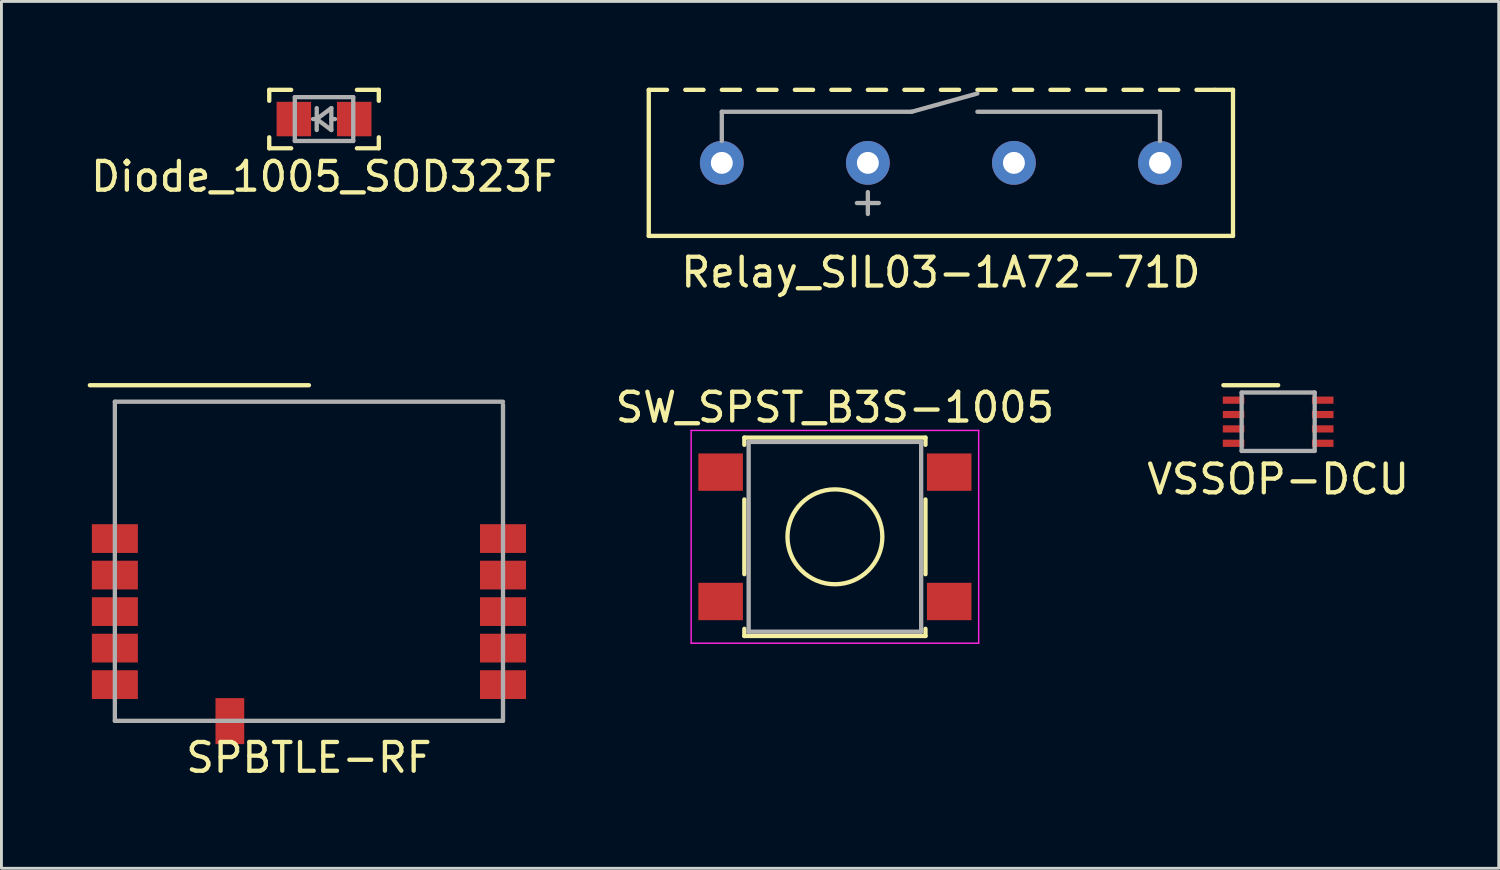
<source format=kicad_pcb>
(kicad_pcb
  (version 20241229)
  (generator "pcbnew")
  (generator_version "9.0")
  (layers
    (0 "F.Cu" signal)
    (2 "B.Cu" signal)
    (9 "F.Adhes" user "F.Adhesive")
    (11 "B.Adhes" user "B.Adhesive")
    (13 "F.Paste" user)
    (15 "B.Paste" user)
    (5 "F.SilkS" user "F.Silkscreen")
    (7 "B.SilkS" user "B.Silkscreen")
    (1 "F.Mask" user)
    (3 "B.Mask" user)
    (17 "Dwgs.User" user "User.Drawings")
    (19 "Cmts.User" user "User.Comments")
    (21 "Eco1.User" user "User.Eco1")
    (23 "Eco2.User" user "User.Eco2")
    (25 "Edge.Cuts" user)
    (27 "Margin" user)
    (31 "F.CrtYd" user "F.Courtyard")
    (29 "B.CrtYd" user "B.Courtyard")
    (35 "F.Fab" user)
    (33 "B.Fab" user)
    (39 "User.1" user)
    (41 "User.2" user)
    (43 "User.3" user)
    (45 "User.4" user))
  (footprint "SW_SPST_B3S-1005"
    (layer "F.Cu")
    (at 25.989 15.621)
    (property "Reference" "SW_SPST_B3S-1005" (at 0 -4.5 0) (layer "F.SilkS") (effects (font (size 1 1) (thickness 0.15))))
    (attr smd)
    (fp_line (start -3.15 -3.45) (end 3.15 -3.45) (stroke (width 0.15) (type solid)) (layer "F.SilkS"))
    (fp_line (start -3.15 -3.2) (end -3.15 -3.45) (stroke (width 0.15) (type solid)) (layer "F.SilkS"))
    (fp_line (start -3.15 1.3) (end -3.15 -1.3) (stroke (width 0.15) (type solid)) (layer "F.SilkS"))
    (fp_line (start -3.15 3.45) (end -3.15 3.2) (stroke (width 0.15) (type solid)) (layer "F.SilkS"))
    (fp_line (start 3.15 -3.45) (end 3.15 -3.2) (stroke (width 0.15) (type solid)) (layer "F.SilkS"))
    (fp_line (start 3.15 -1.3) (end 3.15 1.3) (stroke (width 0.15) (type solid)) (layer "F.SilkS"))
    (fp_line (start 3.15 3.2) (end 3.15 3.45) (stroke (width 0.15) (type solid)) (layer "F.SilkS"))
    (fp_line (start 3.15 3.45) (end -3.15 3.45) (stroke (width 0.15) (type solid)) (layer "F.SilkS"))
    (fp_circle (center 0 0) (end 1.65 0) (stroke (width 0.15) (type solid)) (fill no) (layer "F.SilkS"))
    (fp_line (start -5 -3.7) (end -5 3.7) (stroke (width 0.05) (type solid)) (layer "F.CrtYd"))
    (fp_line (start -5 3.7) (end 5 3.7) (stroke (width 0.05) (type solid)) (layer "F.CrtYd"))
    (fp_line (start 5 -3.7) (end -5 -3.7) (stroke (width 0.05) (type solid)) (layer "F.CrtYd"))
    (fp_line (start 5 3.7) (end 5 -3.7) (stroke (width 0.05) (type solid)) (layer "F.CrtYd"))
    (fp_line (start -3 -3.3) (end 3 -3.3) (stroke (width 0.15) (type solid)) (layer "F.Fab"))
    (fp_line (start -3 3.3) (end -3 -3.3) (stroke (width 0.15) (type solid)) (layer "F.Fab"))
    (fp_line (start 3 -3.3) (end 3 3.3) (stroke (width 0.15) (type solid)) (layer "F.Fab"))
    (fp_line (start 3 3.3) (end -3 3.3) (stroke (width 0.15) (type solid)) (layer "F.Fab"))
    (pad "1" smd rect (at -3.975 -2.25) (size 1.55 1.3) (layers "F.Cu" "F.Mask" "F.Paste"))
    (pad "1" smd rect (at 3.975 -2.25) (size 1.55 1.3) (layers "F.Cu" "F.Mask" "F.Paste"))
    (pad "2" smd rect (at -3.975 2.25) (size 1.55 1.3) (layers "F.Cu" "F.Mask" "F.Paste"))
    (pad "2" smd rect (at 3.975 2.25) (size 1.55 1.3) (layers "F.Cu" "F.Mask" "F.Paste")))
  (footprint "VSSOP-DCU"
    (layer "F.Cu")
    (at 41.406 11.618)
    (property "Reference" "VSSOP-DCU" (at 0 2 0) (layer "F.SilkS") (effects (font (size 1 1) (thickness 0.15))))
    (attr through_hole)
    (fp_line (start -1.905 -1.27) (end 0 -1.27) (stroke (width 0.15) (type solid)) (layer "F.SilkS"))
    (fp_line (start -1.27 -1.016) (end -1.27 1.016) (stroke (width 0.15) (type solid)) (layer "F.Fab"))
    (fp_line (start -1.27 1.016) (end 1.27 1.016) (stroke (width 0.15) (type solid)) (layer "F.Fab"))
    (fp_line (start 1.27 -1.016) (end -1.27 -1.016) (stroke (width 0.15) (type solid)) (layer "F.Fab"))
    (fp_line (start 1.27 -1.016) (end 1.27 1.016) (stroke (width 0.15) (type solid)) (layer "F.Fab"))
    (pad "1" smd rect (at -1.55 -0.75 90) (size 0.25 0.75) (layers "F.Cu" "F.Mask" "F.Paste"))
    (pad "2" smd rect (at -1.55 -0.25 90) (size 0.25 0.75) (layers "F.Cu" "F.Mask" "F.Paste"))
    (pad "3" smd rect (at -1.55 0.25 90) (size 0.25 0.75) (layers "F.Cu" "F.Mask" "F.Paste"))
    (pad "4" smd rect (at -1.55 0.75 90) (size 0.25 0.75) (layers "F.Cu" "F.Mask" "F.Paste"))
    (pad "5" smd rect (at 1.55 0.75 90) (size 0.25 0.75) (layers "F.Cu" "F.Mask" "F.Paste"))
    (pad "6" smd rect (at 1.55 0.25 90) (size 0.25 0.75) (layers "F.Cu" "F.Mask" "F.Paste"))
    (pad "7" smd rect (at 1.55 -0.25 90) (size 0.25 0.75) (layers "F.Cu" "F.Mask" "F.Paste"))
    (pad "8" smd rect (at 1.55 -0.75 90) (size 0.25 0.75) (layers "F.Cu" "F.Mask" "F.Paste")))
  (footprint "Diode_1005_SOD323F"
    (layer "F.Cu")
    (at 8.22 1.091)
    (property "Reference" "Diode_1005_SOD323F" (at 0 2 0) (layer "F.SilkS") (effects (font (size 1 1) (thickness 0.15))))
    (attr through_hole)
    (fp_line (start -1.905 -1.016) (end -1.143 -1.016) (stroke (width 0.15) (type solid)) (layer "F.SilkS"))
    (fp_line (start -1.905 -0.635) (end -1.905 -1.016) (stroke (width 0.15) (type solid)) (layer "F.SilkS"))
    (fp_line (start -1.905 0.635) (end -1.905 1.016) (stroke (width 0.15) (type solid)) (layer "F.SilkS"))
    (fp_line (start -1.905 1.016) (end -1.143 1.016) (stroke (width 0.15) (type solid)) (layer "F.SilkS"))
    (fp_line (start 1.143 -1.016) (end 1.905 -1.016) (stroke (width 0.15) (type solid)) (layer "F.SilkS"))
    (fp_line (start 1.143 1.016) (end 1.905 1.016) (stroke (width 0.15) (type solid)) (layer "F.SilkS"))
    (fp_line (start 1.905 -1.016) (end 1.905 -0.635) (stroke (width 0.15) (type solid)) (layer "F.SilkS"))
    (fp_line (start 1.905 1.016) (end 1.905 0.635) (stroke (width 0.15) (type solid)) (layer "F.SilkS"))
    (fp_line (start -1.016 -0.762) (end -1.016 0.762) (stroke (width 0.15) (type solid)) (layer "F.Fab"))
    (fp_line (start -1.016 0.762) (end 1.016 0.762) (stroke (width 0.15) (type solid)) (layer "F.Fab"))
    (fp_line (start -0.381 0) (end -0.254 0) (stroke (width 0.15) (type solid)) (layer "F.Fab"))
    (fp_line (start -0.254 -0.381) (end -0.254 0.381) (stroke (width 0.15) (type solid)) (layer "F.Fab"))
    (fp_line (start -0.254 0) (end 0.254 -0.381) (stroke (width 0.15) (type solid)) (layer "F.Fab"))
    (fp_line (start 0.254 -0.381) (end 0.254 0.381) (stroke (width 0.15) (type solid)) (layer "F.Fab"))
    (fp_line (start 0.254 0) (end 0.381 0) (stroke (width 0.15) (type solid)) (layer "F.Fab"))
    (fp_line (start 0.254 0.381) (end -0.254 0) (stroke (width 0.15) (type solid)) (layer "F.Fab"))
    (fp_line (start 1.016 -0.762) (end -1.016 -0.762) (stroke (width 0.15) (type solid)) (layer "F.Fab"))
    (fp_line (start 1.016 0.762) (end 1.016 -0.762) (stroke (width 0.15) (type solid)) (layer "F.Fab"))
    (pad "1" smd rect (at -1.05 0) (size 1.2 1.2) (layers "F.Cu" "F.Mask" "F.Paste"))
    (pad "2" smd rect (at 1.05 0) (size 1.2 1.2) (layers "F.Cu" "F.Mask" "F.Paste")))
  (footprint "Relay_SIL03-1A72-71D"
    (layer "F.Cu")
    (at 29.675 2.615)
    (property "Reference" "Relay_SIL03-1A72-71D" (at 0 3.81 0) (layer "F.SilkS") (effects (font (size 1 1) (thickness 0.15))))
    (attr through_hole)
    (fp_line (start -10.16 -2.54) (end -10.16 2.54) (stroke (width 0.15) (type solid)) (layer "F.SilkS"))
    (fp_line (start -10.16 -2.54) (end -9.525 -2.54) (stroke (width 0.15) (type solid)) (layer "F.SilkS"))
    (fp_line (start -10.16 2.54) (end 10.16 2.54) (stroke (width 0.15) (type solid)) (layer "F.SilkS"))
    (fp_line (start -8.89 -2.54) (end -8.255 -2.54) (stroke (width 0.15) (type solid)) (layer "F.SilkS"))
    (fp_line (start -7.62 -2.54) (end -6.985 -2.54) (stroke (width 0.15) (type solid)) (layer "F.SilkS"))
    (fp_line (start -5.715 -2.54) (end -6.35 -2.54) (stroke (width 0.15) (type solid)) (layer "F.SilkS"))
    (fp_line (start -5.08 -2.54) (end -4.445 -2.54) (stroke (width 0.15) (type solid)) (layer "F.SilkS"))
    (fp_line (start -3.81 -2.54) (end -3.175 -2.54) (stroke (width 0.15) (type solid)) (layer "F.SilkS"))
    (fp_line (start -2.54 -2.54) (end -1.905 -2.54) (stroke (width 0.15) (type solid)) (layer "F.SilkS"))
    (fp_line (start -1.27 -2.54) (end -0.635 -2.54) (stroke (width 0.15) (type solid)) (layer "F.SilkS"))
    (fp_line (start 0 -2.54) (end 0.635 -2.54) (stroke (width 0.15) (type solid)) (layer "F.SilkS"))
    (fp_line (start 1.27 -2.54) (end 1.905 -2.54) (stroke (width 0.15) (type solid)) (layer "F.SilkS"))
    (fp_line (start 2.54 -2.54) (end 3.175 -2.54) (stroke (width 0.15) (type solid)) (layer "F.SilkS"))
    (fp_line (start 3.81 -2.54) (end 4.445 -2.54) (stroke (width 0.15) (type solid)) (layer "F.SilkS"))
    (fp_line (start 5.08 -2.54) (end 5.715 -2.54) (stroke (width 0.15) (type solid)) (layer "F.SilkS"))
    (fp_line (start 6.35 -2.54) (end 6.985 -2.54) (stroke (width 0.15) (type solid)) (layer "F.SilkS"))
    (fp_line (start 7.62 -2.54) (end 8.255 -2.54) (stroke (width 0.15) (type solid)) (layer "F.SilkS"))
    (fp_line (start 8.89 -2.54) (end 9.525 -2.54) (stroke (width 0.15) (type solid)) (layer "F.SilkS"))
    (fp_line (start 10.16 -2.54) (end 9.525 -2.54) (stroke (width 0.15) (type solid)) (layer "F.SilkS"))
    (fp_line (start 10.16 2.54) (end 10.16 -2.54) (stroke (width 0.15) (type solid)) (layer "F.SilkS"))
    (fp_line (start -7.62 -1.778) (end -1.016 -1.778) (stroke (width 0.15) (type solid)) (layer "F.Fab"))
    (fp_line (start -7.62 -0.762) (end -7.62 -1.778) (stroke (width 0.15) (type solid)) (layer "F.Fab"))
    (fp_line (start -2.921 1.397) (end -2.159 1.397) (stroke (width 0.15) (type solid)) (layer "F.Fab"))
    (fp_line (start -2.54 1.016) (end -2.54 1.778) (stroke (width 0.15) (type solid)) (layer "F.Fab"))
    (fp_line (start -1.016 -1.778) (end 1.27 -2.413) (stroke (width 0.15) (type solid)) (layer "F.Fab"))
    (fp_line (start 1.27 -1.778) (end 7.62 -1.778) (stroke (width 0.15) (type solid)) (layer "F.Fab"))
    (fp_line (start 7.62 -1.778) (end 7.62 -0.762) (stroke (width 0.15) (type solid)) (layer "F.Fab"))
    (pad "1" thru_hole circle (at -7.62 0) (size 1.524 1.524) (drill 0.762) (layers "*.Cu" "*.Mask"))
    (pad "2" thru_hole circle (at -2.54 0) (size 1.524 1.524) (drill 0.762) (layers "*.Cu" "*.Mask"))
    (pad "3" thru_hole circle (at 2.54 0) (size 1.524 1.524) (drill 0.762) (layers "*.Cu" "*.Mask"))
    (pad "4" thru_hole circle (at 7.62 0) (size 1.524 1.524) (drill 0.762) (layers "*.Cu" "*.Mask")))
  (footprint "SPBTLE-RF"
    (layer "F.Cu")
    (at 7.695 18.222)
    (property "Reference" "SPBTLE-RF" (at 0 5.08 0) (layer "F.SilkS") (effects (font (size 1 1) (thickness 0.15))))
    (attr through_hole)
    (fp_line (start 0 -7.874) (end -7.62 -7.874) (stroke (width 0.15) (type solid)) (layer "F.SilkS"))
    (fp_line (start -6.75 3.8) (end -6.75 -7.3) (stroke (width 0.15) (type solid)) (layer "F.Fab"))
    (fp_line (start -6.75 3.8) (end 6.75 3.8) (stroke (width 0.15) (type solid)) (layer "F.Fab"))
    (fp_line (start 6.75 -7.3) (end -6.75 -7.3) (stroke (width 0.15) (type solid)) (layer "F.Fab"))
    (fp_line (start 6.75 3.8) (end 6.75 -7.2) (stroke (width 0.15) (type solid)) (layer "F.Fab"))
    (pad "1" smd rect (at -6.75 -2.54) (size 1.6 1) (layers "F.Cu" "F.Mask" "F.Paste"))
    (pad "2" smd rect (at -6.75 -1.27) (size 1.6 1) (layers "F.Cu" "F.Mask" "F.Paste"))
    (pad "3" smd rect (at -6.75 0) (size 1.6 1) (layers "F.Cu" "F.Mask" "F.Paste"))
    (pad "4" smd rect (at -6.75 1.27) (size 1.6 1) (layers "F.Cu" "F.Mask" "F.Paste"))
    (pad "5" smd rect (at -6.75 2.54) (size 1.6 1) (layers "F.Cu" "F.Mask" "F.Paste"))
    (pad "6" smd rect (at -2.75 3.81 90) (size 1.6 1) (layers "F.Cu" "F.Mask" "F.Paste"))
    (pad "7" smd rect (at 6.75 2.54) (size 1.6 1) (layers "F.Cu" "F.Mask" "F.Paste"))
    (pad "8" smd rect (at 6.75 1.27) (size 1.6 1) (layers "F.Cu" "F.Mask" "F.Paste"))
    (pad "9" smd rect (at 6.75 0) (size 1.6 1) (layers "F.Cu" "F.Mask" "F.Paste"))
    (pad "10" smd rect (at 6.75 -1.27) (size 1.6 1) (layers "F.Cu" "F.Mask" "F.Paste"))
    (pad "11" smd rect (at 6.75 -2.54) (size 1.6 1) (layers "F.Cu" "F.Mask" "F.Paste")))
  (gr_rect
    (start -3 -3)
    (end 49.078 27.151)
    (stroke (width 0.1) (type default))
    (fill no)
    (layer "Edge.Cuts")))
</source>
